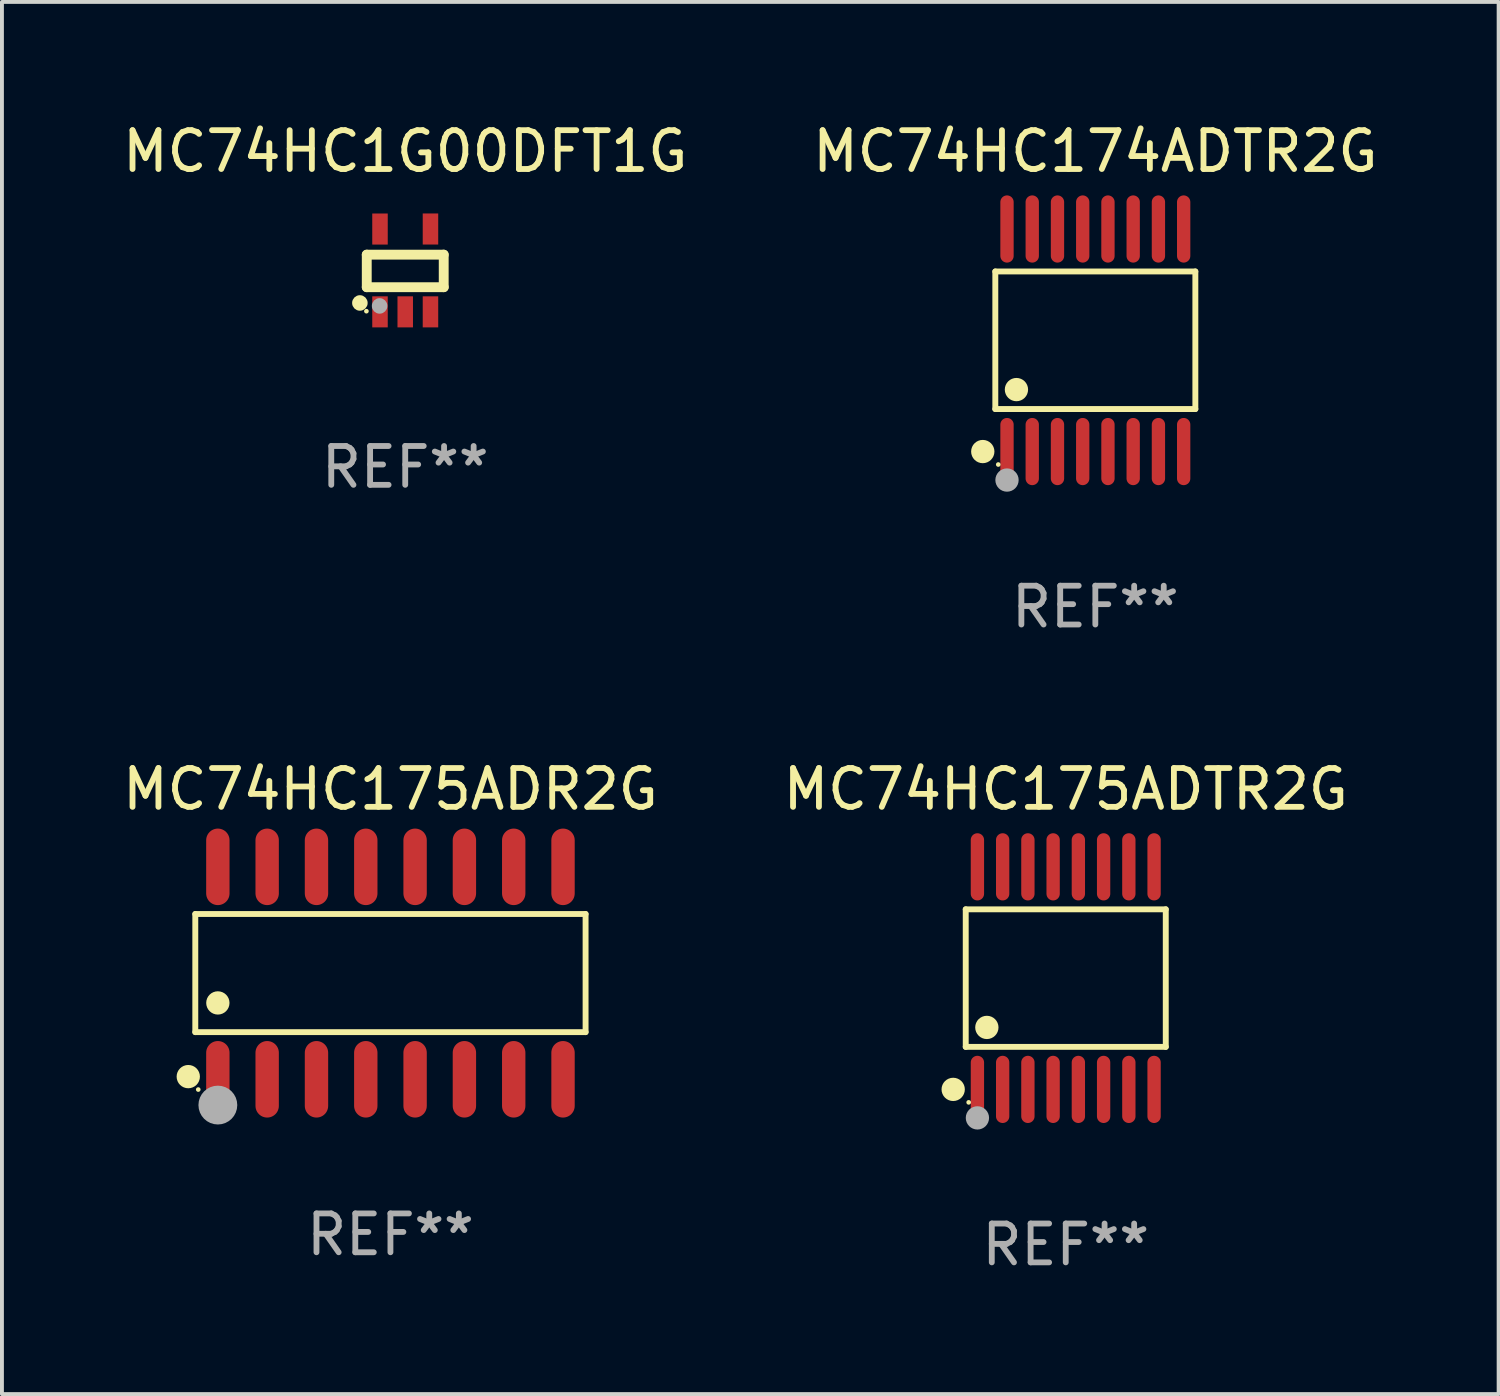
<source format=kicad_pcb>
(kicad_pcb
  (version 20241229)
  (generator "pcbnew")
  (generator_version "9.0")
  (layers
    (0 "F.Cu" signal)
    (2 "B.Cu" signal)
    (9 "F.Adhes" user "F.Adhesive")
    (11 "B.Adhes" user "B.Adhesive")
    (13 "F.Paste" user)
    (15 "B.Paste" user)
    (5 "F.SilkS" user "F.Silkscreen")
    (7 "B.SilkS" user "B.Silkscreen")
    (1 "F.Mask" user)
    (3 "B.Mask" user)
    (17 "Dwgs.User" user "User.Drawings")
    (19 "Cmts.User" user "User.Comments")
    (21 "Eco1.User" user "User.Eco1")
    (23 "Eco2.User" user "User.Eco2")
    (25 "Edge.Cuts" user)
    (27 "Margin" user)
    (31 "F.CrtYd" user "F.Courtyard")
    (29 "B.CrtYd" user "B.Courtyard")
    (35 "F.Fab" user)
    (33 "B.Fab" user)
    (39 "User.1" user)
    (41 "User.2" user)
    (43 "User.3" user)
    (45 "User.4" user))
  (footprint "MC74HC175ADR2G"
    (layer "F.Cu")
    (at 7.006 22.012)
    (property "Reference" "MC74HC175ADR2G" (at 0 -4.736 0) (layer "F.SilkS") (effects (font (size 1 1) (thickness 0.15))))
    (attr through_hole)
    (fp_line (start -5.026 -1.521) (end 5.026 -1.521) (stroke (width 0.152) (type solid)) (layer "F.SilkS"))
    (fp_line (start -5.026 1.521) (end -5.026 -1.521) (stroke (width 0.152) (type solid)) (layer "F.SilkS"))
    (fp_line (start 5.026 -1.521) (end 5.026 1.521) (stroke (width 0.152) (type solid)) (layer "F.SilkS"))
    (fp_line (start 5.026 1.521) (end -5.026 1.521) (stroke (width 0.152) (type solid)) (layer "F.SilkS"))
    (fp_circle (center -5.207 2.667) (end -5.057 2.667) (stroke (width 0.3) (type solid)) (fill no) (layer "F.SilkS"))
    (fp_circle (center -4.95 3) (end -4.92 3) (stroke (width 0.06) (type solid)) (fill no) (layer "F.SilkS"))
    (fp_circle (center -4.445 0.769) (end -4.295 0.769) (stroke (width 0.3) (type solid)) (fill no) (layer "F.SilkS"))
    (fp_circle (center -4.445 3.4) (end -4.195 3.4) (stroke (width 0.5) (type solid)) (fill no) (layer "F.Fab"))
    (fp_text user "REF**" (at 0 6.736 0) (layer "F.Fab") (effects (font (size 1 1) (thickness 0.15))))
    (pad "1" smd oval (at -4.445 2.736) (size 0.602 1.971) (layers "F.Cu" "F.Mask" "F.Paste"))
    (pad "2" smd oval (at -3.175 2.736) (size 0.602 1.971) (layers "F.Cu" "F.Mask" "F.Paste"))
    (pad "3" smd oval (at -1.905 2.736) (size 0.602 1.971) (layers "F.Cu" "F.Mask" "F.Paste"))
    (pad "4" smd oval (at -0.635 2.736) (size 0.602 1.971) (layers "F.Cu" "F.Mask" "F.Paste"))
    (pad "5" smd oval (at 0.635 2.736) (size 0.602 1.971) (layers "F.Cu" "F.Mask" "F.Paste"))
    (pad "6" smd oval (at 1.905 2.736) (size 0.602 1.971) (layers "F.Cu" "F.Mask" "F.Paste"))
    (pad "7" smd oval (at 3.175 2.736) (size 0.602 1.971) (layers "F.Cu" "F.Mask" "F.Paste"))
    (pad "8" smd oval (at 4.445 2.736) (size 0.602 1.971) (layers "F.Cu" "F.Mask" "F.Paste"))
    (pad "9" smd oval (at 4.445 -2.736) (size 0.602 1.971) (layers "F.Cu" "F.Mask" "F.Paste"))
    (pad "10" smd oval (at 3.175 -2.736) (size 0.602 1.971) (layers "F.Cu" "F.Mask" "F.Paste"))
    (pad "11" smd oval (at 1.905 -2.736) (size 0.602 1.971) (layers "F.Cu" "F.Mask" "F.Paste"))
    (pad "12" smd oval (at 0.635 -2.736) (size 0.602 1.971) (layers "F.Cu" "F.Mask" "F.Paste"))
    (pad "13" smd oval (at -0.635 -2.736) (size 0.602 1.971) (layers "F.Cu" "F.Mask" "F.Paste"))
    (pad "14" smd oval (at -1.905 -2.736) (size 0.602 1.971) (layers "F.Cu" "F.Mask" "F.Paste"))
    (pad "15" smd oval (at -3.175 -2.736) (size 0.602 1.971) (layers "F.Cu" "F.Mask" "F.Paste"))
    (pad "16" smd oval (at -4.445 -2.736) (size 0.602 1.971) (layers "F.Cu" "F.Mask" "F.Paste")))
  (footprint "MC74HC1G00DFT1G"
    (layer "F.Cu")
    (at 7.387 3.915)
    (property "Reference" "MC74HC1G00DFT1G" (at 0 -3.067 0) (layer "F.SilkS") (effects (font (size 1 1) (thickness 0.15))))
    (attr through_hole)
    (fp_line (start -0.991 -0.406) (end 0.991 -0.406) (stroke (width 0.254) (type solid)) (layer "F.SilkS"))
    (fp_line (start -0.991 0.432) (end -0.991 -0.406) (stroke (width 0.254) (type solid)) (layer "F.SilkS"))
    (fp_line (start 0.991 -0.406) (end 0.991 0.432) (stroke (width 0.254) (type solid)) (layer "F.SilkS"))
    (fp_line (start 0.991 0.432) (end -0.991 0.432) (stroke (width 0.254) (type solid)) (layer "F.SilkS"))
    (fp_circle (center -1.168 0.838) (end -1.068 0.838) (stroke (width 0.2) (type solid)) (fill no) (layer "F.SilkS"))
    (fp_circle (center -1 1.05) (end -0.97 1.05) (stroke (width 0.06) (type solid)) (fill no) (layer "F.SilkS"))
    (fp_circle (center -0.66 0.914) (end -0.56 0.914) (stroke (width 0.2) (type solid)) (fill no) (layer "F.Fab"))
    (fp_text user "REF**" (at 0 5.067 0) (layer "F.Fab") (effects (font (size 1 1) (thickness 0.15))))
    (pad "1" smd rect (at -0.65 1.067 90) (size 0.8 0.399) (layers "F.Cu" "F.Mask" "F.Paste"))
    (pad "2" smd rect (at 0 1.067 90) (size 0.8 0.399) (layers "F.Cu" "F.Mask" "F.Paste"))
    (pad "3" smd rect (at 0.65 1.067 90) (size 0.8 0.399) (layers "F.Cu" "F.Mask" "F.Paste"))
    (pad "4" smd rect (at 0.65 -1.067 90) (size 0.8 0.399) (layers "F.Cu" "F.Mask" "F.Paste"))
    (pad "5" smd rect (at -0.65 -1.066 90) (size 0.8 0.399) (layers "F.Cu" "F.Mask" "F.Paste")))
  (footprint "MC74HC174ADTR2G"
    (layer "F.Cu")
    (at 25.161 5.714)
    (property "Reference" "MC74HC174ADTR2G" (at 0 -4.866 0) (layer "F.SilkS") (effects (font (size 1 1) (thickness 0.15))))
    (attr through_hole)
    (fp_line (start -2.576 -1.772) (end 2.576 -1.772) (stroke (width 0.152) (type solid)) (layer "F.SilkS"))
    (fp_line (start -2.576 1.771) (end -2.576 -1.772) (stroke (width 0.152) (type solid)) (layer "F.SilkS"))
    (fp_line (start 2.576 -1.772) (end 2.576 1.771) (stroke (width 0.152) (type solid)) (layer "F.SilkS"))
    (fp_line (start 2.576 1.771) (end -2.576 1.771) (stroke (width 0.152) (type solid)) (layer "F.SilkS"))
    (fp_circle (center -2.899 2.866) (end -2.749 2.866) (stroke (width 0.3) (type solid)) (fill no) (layer "F.SilkS"))
    (fp_circle (center -2.5 3.2) (end -2.47 3.2) (stroke (width 0.06) (type solid)) (fill no) (layer "F.SilkS"))
    (fp_circle (center -2.032 1.27) (end -1.882 1.27) (stroke (width 0.3) (type solid)) (fill no) (layer "F.SilkS"))
    (fp_circle (center -2.275 3.6) (end -2.125 3.6) (stroke (width 0.3) (type solid)) (fill no) (layer "F.Fab"))
    (fp_text user "REF**" (at 0 6.866 0) (layer "F.Fab") (effects (font (size 1 1) (thickness 0.15))))
    (pad "1" smd oval (at -2.275 2.866) (size 0.343 1.731) (layers "F.Cu" "F.Mask" "F.Paste"))
    (pad "2" smd oval (at -1.625 2.866) (size 0.343 1.731) (layers "F.Cu" "F.Mask" "F.Paste"))
    (pad "3" smd oval (at -0.975 2.866) (size 0.343 1.731) (layers "F.Cu" "F.Mask" "F.Paste"))
    (pad "4" smd oval (at -0.325 2.866) (size 0.343 1.731) (layers "F.Cu" "F.Mask" "F.Paste"))
    (pad "5" smd oval (at 0.325 2.866) (size 0.343 1.731) (layers "F.Cu" "F.Mask" "F.Paste"))
    (pad "6" smd oval (at 0.975 2.866) (size 0.343 1.731) (layers "F.Cu" "F.Mask" "F.Paste"))
    (pad "7" smd oval (at 1.625 2.866) (size 0.343 1.731) (layers "F.Cu" "F.Mask" "F.Paste"))
    (pad "8" smd oval (at 2.275 2.866) (size 0.343 1.731) (layers "F.Cu" "F.Mask" "F.Paste"))
    (pad "9" smd oval (at 2.275 -2.866) (size 0.343 1.731) (layers "F.Cu" "F.Mask" "F.Paste"))
    (pad "10" smd oval (at 1.625 -2.866) (size 0.343 1.731) (layers "F.Cu" "F.Mask" "F.Paste"))
    (pad "11" smd oval (at 0.975 -2.866) (size 0.343 1.731) (layers "F.Cu" "F.Mask" "F.Paste"))
    (pad "12" smd oval (at 0.325 -2.866) (size 0.343 1.731) (layers "F.Cu" "F.Mask" "F.Paste"))
    (pad "13" smd oval (at -0.325 -2.866) (size 0.343 1.731) (layers "F.Cu" "F.Mask" "F.Paste"))
    (pad "14" smd oval (at -0.975 -2.866) (size 0.343 1.731) (layers "F.Cu" "F.Mask" "F.Paste"))
    (pad "15" smd oval (at -1.625 -2.866) (size 0.343 1.731) (layers "F.Cu" "F.Mask" "F.Paste"))
    (pad "16" smd oval (at -2.275 -2.866) (size 0.343 1.731) (layers "F.Cu" "F.Mask" "F.Paste")))
  (footprint "MC74HC175ADTR2G"
    (layer "F.Cu")
    (at 24.399 22.142)
    (property "Reference" "MC74HC175ADTR2G" (at 0 -4.866 0) (layer "F.SilkS") (effects (font (size 1 1) (thickness 0.15))))
    (attr through_hole)
    (fp_line (start -2.576 -1.772) (end 2.576 -1.772) (stroke (width 0.152) (type solid)) (layer "F.SilkS"))
    (fp_line (start -2.576 1.771) (end -2.576 -1.772) (stroke (width 0.152) (type solid)) (layer "F.SilkS"))
    (fp_line (start 2.576 -1.772) (end 2.576 1.771) (stroke (width 0.152) (type solid)) (layer "F.SilkS"))
    (fp_line (start 2.576 1.771) (end -2.576 1.771) (stroke (width 0.152) (type solid)) (layer "F.SilkS"))
    (fp_circle (center -2.899 2.866) (end -2.749 2.866) (stroke (width 0.3) (type solid)) (fill no) (layer "F.SilkS"))
    (fp_circle (center -2.5 3.2) (end -2.47 3.2) (stroke (width 0.06) (type solid)) (fill no) (layer "F.SilkS"))
    (fp_circle (center -2.032 1.27) (end -1.882 1.27) (stroke (width 0.3) (type solid)) (fill no) (layer "F.SilkS"))
    (fp_circle (center -2.275 3.6) (end -2.125 3.6) (stroke (width 0.3) (type solid)) (fill no) (layer "F.Fab"))
    (fp_text user "REF**" (at 0 6.866 0) (layer "F.Fab") (effects (font (size 1 1) (thickness 0.15))))
    (pad "1" smd oval (at -2.275 2.866) (size 0.343 1.731) (layers "F.Cu" "F.Mask" "F.Paste"))
    (pad "2" smd oval (at -1.625 2.866) (size 0.343 1.731) (layers "F.Cu" "F.Mask" "F.Paste"))
    (pad "3" smd oval (at -0.975 2.866) (size 0.343 1.731) (layers "F.Cu" "F.Mask" "F.Paste"))
    (pad "4" smd oval (at -0.325 2.866) (size 0.343 1.731) (layers "F.Cu" "F.Mask" "F.Paste"))
    (pad "5" smd oval (at 0.325 2.866) (size 0.343 1.731) (layers "F.Cu" "F.Mask" "F.Paste"))
    (pad "6" smd oval (at 0.975 2.866) (size 0.343 1.731) (layers "F.Cu" "F.Mask" "F.Paste"))
    (pad "7" smd oval (at 1.625 2.866) (size 0.343 1.731) (layers "F.Cu" "F.Mask" "F.Paste"))
    (pad "8" smd oval (at 2.275 2.866) (size 0.343 1.731) (layers "F.Cu" "F.Mask" "F.Paste"))
    (pad "9" smd oval (at 2.275 -2.866) (size 0.343 1.731) (layers "F.Cu" "F.Mask" "F.Paste"))
    (pad "10" smd oval (at 1.625 -2.866) (size 0.343 1.731) (layers "F.Cu" "F.Mask" "F.Paste"))
    (pad "11" smd oval (at 0.975 -2.866) (size 0.343 1.731) (layers "F.Cu" "F.Mask" "F.Paste"))
    (pad "12" smd oval (at 0.325 -2.866) (size 0.343 1.731) (layers "F.Cu" "F.Mask" "F.Paste"))
    (pad "13" smd oval (at -0.325 -2.866) (size 0.343 1.731) (layers "F.Cu" "F.Mask" "F.Paste"))
    (pad "14" smd oval (at -0.975 -2.866) (size 0.343 1.731) (layers "F.Cu" "F.Mask" "F.Paste"))
    (pad "15" smd oval (at -1.625 -2.866) (size 0.343 1.731) (layers "F.Cu" "F.Mask" "F.Paste"))
    (pad "16" smd oval (at -2.275 -2.866) (size 0.343 1.731) (layers "F.Cu" "F.Mask" "F.Paste")))
  (gr_rect
    (start -3 -3)
    (end 35.548 32.856)
    (stroke (width 0.1) (type default))
    (fill no)
    (layer "Edge.Cuts")))
</source>
